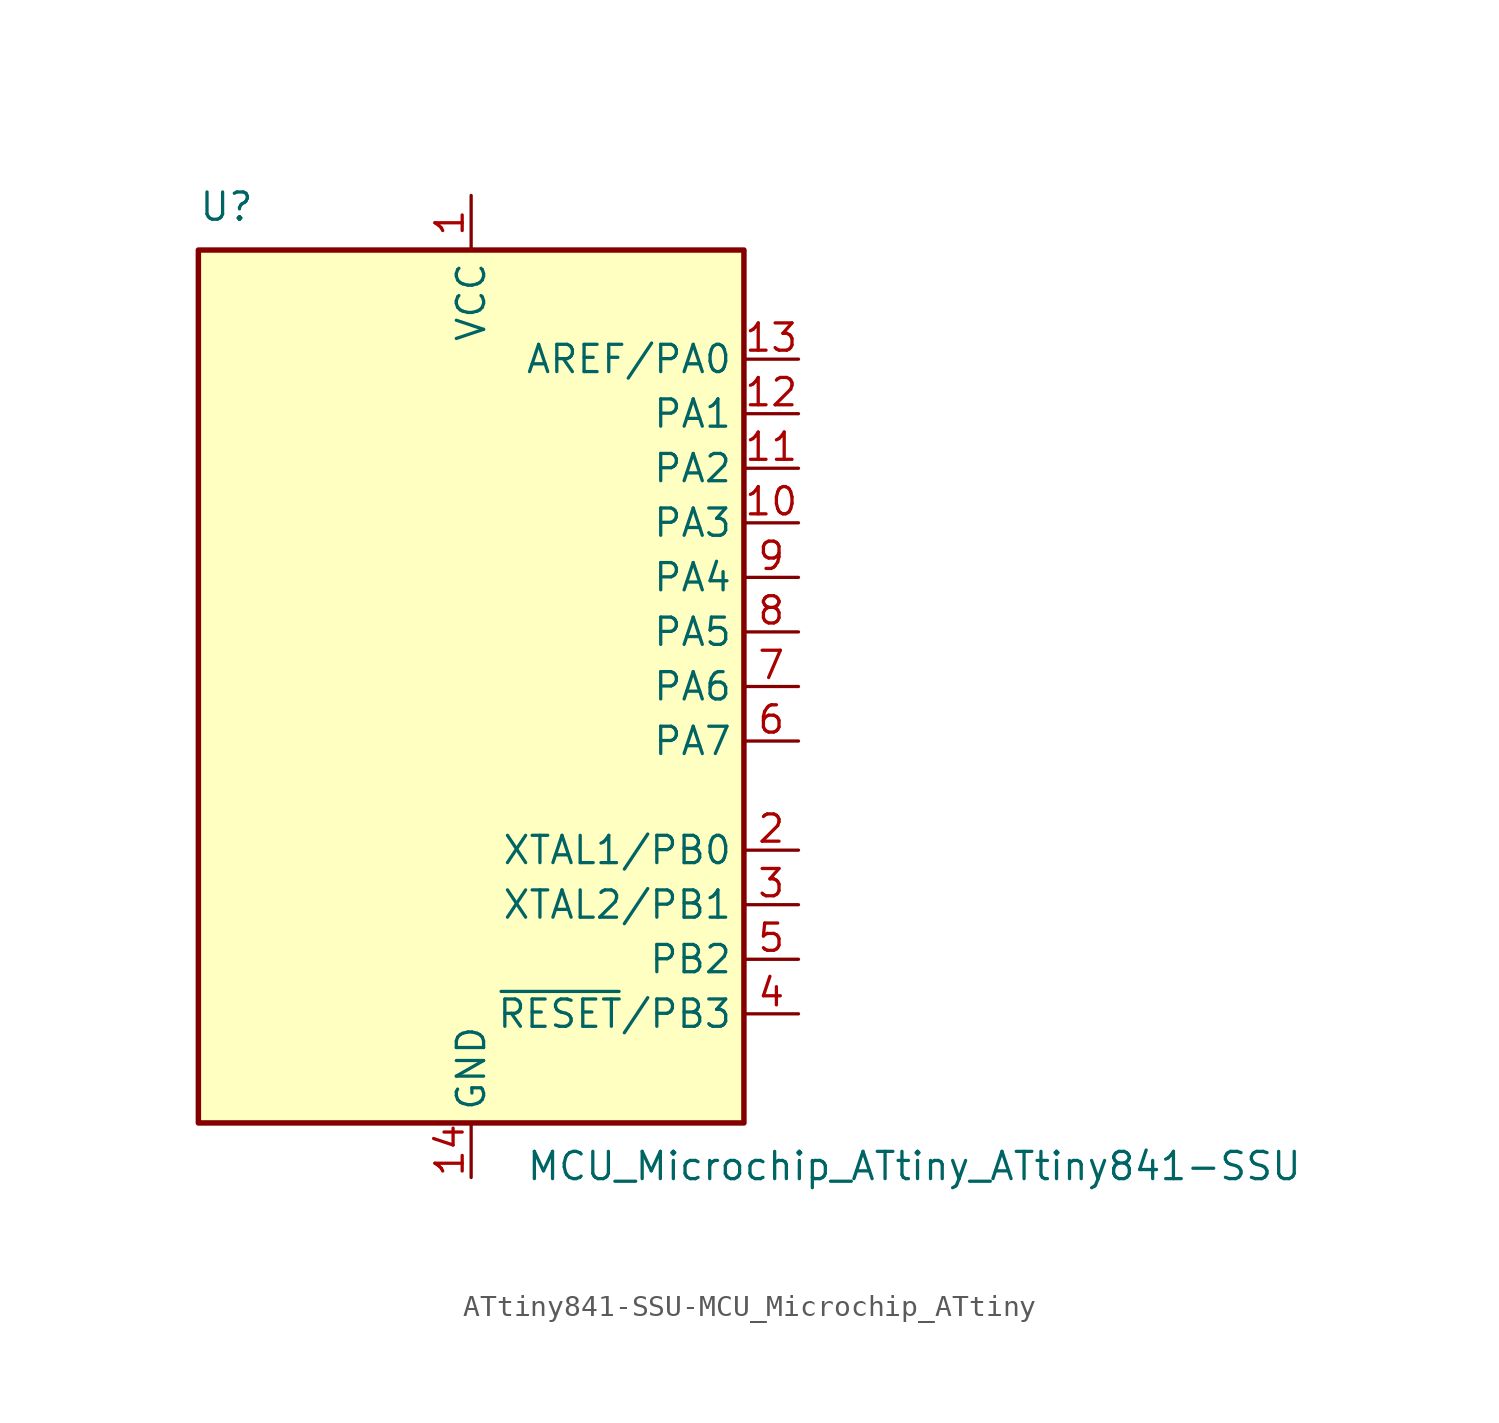
<source format=kicad_sym>
(kicad_symbol_lib
  (version 20220914)
  (generator kicad_symbol_editor)
  (symbol "ATtiny841-SSU-MCU_Microchip_ATtiny"
    (property "Reference" "U"
      (at -12.7 21.59 0)
      (effects (font (size 1.27 1.27)) (justify left bottom)))
    (property "Value" "MCU_Microchip_ATtiny_ATtiny841-SSU"
      (at 2.54 -21.59 0)
      (effects (font (size 1.27 1.27)) (justify left top)))
    (symbol "ATtiny841-SSU-MCU_Microchip_ATtiny_0_1"
      (rectangle (start -12.7 -20.32) (end 12.7 20.32) (stroke (width 0.254) (type solid)) (fill (type background))))
    (symbol "ATtiny841-SSU-MCU_Microchip_ATtiny_1_1"
      (pin power_in line (at 0 22.86 270) (length 2.54) (name "VCC" (effects (font (size 1.27 1.27)))) (number "1" (effects (font (size 1.27 1.27)))))
      (pin bidirectional line (at 15.24 7.62 180) (length 2.54) (name "PA3" (effects (font (size 1.27 1.27)))) (number "10" (effects (font (size 1.27 1.27)))))
      (pin bidirectional line (at 15.24 10.16 180) (length 2.54) (name "PA2" (effects (font (size 1.27 1.27)))) (number "11" (effects (font (size 1.27 1.27)))))
      (pin bidirectional line (at 15.24 12.7 180) (length 2.54) (name "PA1" (effects (font (size 1.27 1.27)))) (number "12" (effects (font (size 1.27 1.27)))))
      (pin bidirectional line (at 15.24 15.24 180) (length 2.54) (name "AREF/PA0" (effects (font (size 1.27 1.27)))) (number "13" (effects (font (size 1.27 1.27)))))
      (pin power_in line (at 0 -22.86 90) (length 2.54) (name "GND" (effects (font (size 1.27 1.27)))) (number "14" (effects (font (size 1.27 1.27)))))
      (pin bidirectional line (at 15.24 -7.62 180) (length 2.54) (name "XTAL1/PB0" (effects (font (size 1.27 1.27)))) (number "2" (effects (font (size 1.27 1.27)))))
      (pin bidirectional line (at 15.24 -10.16 180) (length 2.54) (name "XTAL2/PB1" (effects (font (size 1.27 1.27)))) (number "3" (effects (font (size 1.27 1.27)))))
      (pin bidirectional line (at 15.24 -15.24 180) (length 2.54) (name "~{RESET}/PB3" (effects (font (size 1.27 1.27)))) (number "4" (effects (font (size 1.27 1.27)))))
      (pin bidirectional line (at 15.24 -12.7 180) (length 2.54) (name "PB2" (effects (font (size 1.27 1.27)))) (number "5" (effects (font (size 1.27 1.27)))))
      (pin bidirectional line (at 15.24 -2.54 180) (length 2.54) (name "PA7" (effects (font (size 1.27 1.27)))) (number "6" (effects (font (size 1.27 1.27)))))
      (pin bidirectional line (at 15.24 0 180) (length 2.54) (name "PA6" (effects (font (size 1.27 1.27)))) (number "7" (effects (font (size 1.27 1.27)))))
      (pin bidirectional line (at 15.24 2.54 180) (length 2.54) (name "PA5" (effects (font (size 1.27 1.27)))) (number "8" (effects (font (size 1.27 1.27)))))
      (pin bidirectional line (at 15.24 5.08 180) (length 2.54) (name "PA4" (effects (font (size 1.27 1.27)))) (number "9" (effects (font (size 1.27 1.27))))))))
</source>
